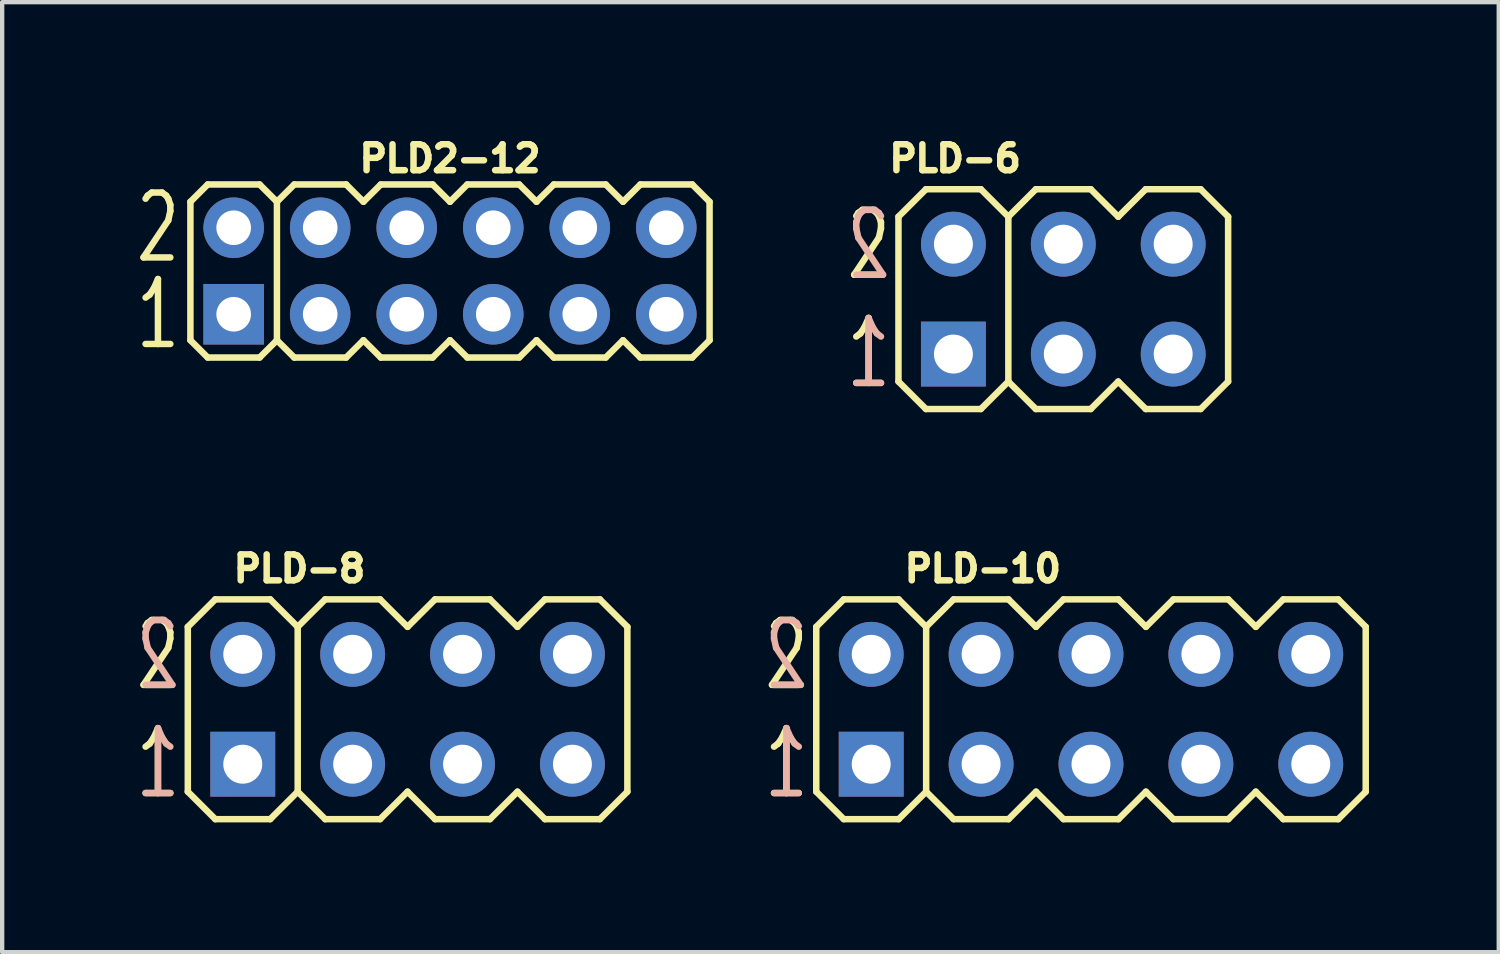
<source format=kicad_pcb>
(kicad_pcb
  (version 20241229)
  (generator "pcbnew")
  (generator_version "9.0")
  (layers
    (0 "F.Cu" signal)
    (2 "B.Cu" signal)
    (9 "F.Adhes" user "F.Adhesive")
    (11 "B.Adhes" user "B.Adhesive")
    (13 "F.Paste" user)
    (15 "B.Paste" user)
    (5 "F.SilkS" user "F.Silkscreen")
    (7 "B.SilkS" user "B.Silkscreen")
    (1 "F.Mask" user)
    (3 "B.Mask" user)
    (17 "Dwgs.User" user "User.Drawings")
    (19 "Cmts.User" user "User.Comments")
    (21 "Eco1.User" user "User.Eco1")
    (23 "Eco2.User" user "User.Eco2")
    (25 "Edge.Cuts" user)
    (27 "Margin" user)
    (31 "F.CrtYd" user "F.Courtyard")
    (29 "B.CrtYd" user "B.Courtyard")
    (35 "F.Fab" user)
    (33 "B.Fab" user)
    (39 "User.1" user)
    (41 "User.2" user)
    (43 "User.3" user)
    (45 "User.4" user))
  (footprint "PLD-6"
    (layer "F.Cu")
    (at 21.527 3.864)
    (property "Reference" "PLD-6" (at -2.5 -3.25 0) (layer "F.SilkS") (effects (font (size 0.6 0.6) (thickness 0.15))))
    (attr through_hole)
    (fp_line (start -3.81 -1.905) (end -3.175 -2.54) (stroke (width 0.15) (type solid)) (layer "F.SilkS"))
    (fp_line (start -3.81 1.905) (end -3.81 -1.905) (stroke (width 0.15) (type solid)) (layer "F.SilkS"))
    (fp_line (start -3.175 -2.54) (end -1.905 -2.54) (stroke (width 0.15) (type solid)) (layer "F.SilkS"))
    (fp_line (start -3.175 2.54) (end -3.81 1.905) (stroke (width 0.15) (type solid)) (layer "F.SilkS"))
    (fp_line (start -1.905 -2.54) (end -1.27 -1.905) (stroke (width 0.15) (type solid)) (layer "F.SilkS"))
    (fp_line (start -1.905 2.54) (end -3.175 2.54) (stroke (width 0.15) (type solid)) (layer "F.SilkS"))
    (fp_line (start -1.27 -1.905) (end -1.27 1.905) (stroke (width 0.15) (type solid)) (layer "F.SilkS"))
    (fp_line (start -1.27 -1.905) (end -0.635 -2.54) (stroke (width 0.15) (type solid)) (layer "F.SilkS"))
    (fp_line (start -1.27 1.905) (end -1.905 2.54) (stroke (width 0.15) (type solid)) (layer "F.SilkS"))
    (fp_line (start -0.635 -2.54) (end 0.635 -2.54) (stroke (width 0.15) (type solid)) (layer "F.SilkS"))
    (fp_line (start -0.635 2.54) (end -1.27 1.905) (stroke (width 0.15) (type solid)) (layer "F.SilkS"))
    (fp_line (start 0.635 -2.54) (end 1.27 -1.905) (stroke (width 0.15) (type solid)) (layer "F.SilkS"))
    (fp_line (start 0.635 2.54) (end -0.635 2.54) (stroke (width 0.15) (type solid)) (layer "F.SilkS"))
    (fp_line (start 1.27 -1.905) (end 1.905 -2.54) (stroke (width 0.15) (type solid)) (layer "F.SilkS"))
    (fp_line (start 1.27 1.905) (end 0.635 2.54) (stroke (width 0.15) (type solid)) (layer "F.SilkS"))
    (fp_line (start 1.905 -2.54) (end 3.175 -2.54) (stroke (width 0.15) (type solid)) (layer "F.SilkS"))
    (fp_line (start 1.905 2.54) (end 1.27 1.905) (stroke (width 0.15) (type solid)) (layer "F.SilkS"))
    (fp_line (start 3.175 -2.54) (end 3.81 -1.905) (stroke (width 0.15) (type solid)) (layer "F.SilkS"))
    (fp_line (start 3.175 2.54) (end 1.905 2.54) (stroke (width 0.15) (type solid)) (layer "F.SilkS"))
    (fp_line (start 3.81 -1.905) (end 3.81 1.905) (stroke (width 0.15) (type solid)) (layer "F.SilkS"))
    (fp_line (start 3.81 1.905) (end 3.175 2.54) (stroke (width 0.15) (type solid)) (layer "F.SilkS"))
    (fp_text user "2" (at -4.5 -1.25 0) (layer "F.SilkS") (effects (font (size 1.5 1) (thickness 0.15))))
    (fp_text user "1" (at -4.5 1.25 0) (layer "F.SilkS") (effects (font (size 1.5 1) (thickness 0.15))))
    (fp_text user "2" (at -4.5 -1.25 0) (layer "B.SilkS") (effects (font (size 1.5 1) (thickness 0.15)) (justify mirror)))
    (fp_text user "1" (at -4.5 1.25 180) (layer "B.SilkS") (effects (font (size 1.5 1) (thickness 0.15)) (justify mirror)))
    (pad "1" thru_hole rect (at -2.54 1.27) (size 1.5 1.5) (drill 0.9) (layers "*.Cu" "*.Mask"))
    (pad "2" thru_hole circle (at -2.54 -1.27) (size 1.5 1.5) (drill 0.9) (layers "*.Cu" "*.Mask"))
    (pad "3" thru_hole circle (at 0 1.27) (size 1.5 1.5) (drill 0.9) (layers "*.Cu" "*.Mask"))
    (pad "4" thru_hole circle (at 0 -1.27) (size 1.5 1.5) (drill 0.9) (layers "*.Cu" "*.Mask"))
    (pad "5" thru_hole circle (at 2.54 1.27) (size 1.5 1.5) (drill 0.9) (layers "*.Cu" "*.Mask"))
    (pad "6" thru_hole circle (at 2.54 -1.27) (size 1.5 1.5) (drill 0.9) (layers "*.Cu" "*.Mask")))
  (footprint "PLD-8"
    (layer "F.Cu")
    (at 6.371 13.344)
    (property "Reference" "PLD-8" (at -2.5 -3.25 0) (layer "F.SilkS") (effects (font (size 0.6 0.6) (thickness 0.15))))
    (attr through_hole)
    (fp_line (start -5.08 -1.905) (end -4.445 -2.54) (stroke (width 0.15) (type solid)) (layer "F.SilkS"))
    (fp_line (start -5.08 1.905) (end -5.08 -1.905) (stroke (width 0.15) (type solid)) (layer "F.SilkS"))
    (fp_line (start -4.445 -2.54) (end -3.175 -2.54) (stroke (width 0.15) (type solid)) (layer "F.SilkS"))
    (fp_line (start -4.445 2.54) (end -5.08 1.905) (stroke (width 0.15) (type solid)) (layer "F.SilkS"))
    (fp_line (start -3.175 -2.54) (end -2.54 -1.905) (stroke (width 0.15) (type solid)) (layer "F.SilkS"))
    (fp_line (start -3.175 2.54) (end -4.445 2.54) (stroke (width 0.15) (type solid)) (layer "F.SilkS"))
    (fp_line (start -2.54 -1.905) (end -2.54 1.905) (stroke (width 0.15) (type solid)) (layer "F.SilkS"))
    (fp_line (start -2.54 -1.905) (end -1.905 -2.54) (stroke (width 0.15) (type solid)) (layer "F.SilkS"))
    (fp_line (start -2.54 1.905) (end -3.175 2.54) (stroke (width 0.15) (type solid)) (layer "F.SilkS"))
    (fp_line (start -1.905 -2.54) (end -0.635 -2.54) (stroke (width 0.15) (type solid)) (layer "F.SilkS"))
    (fp_line (start -1.905 2.54) (end -2.54 1.905) (stroke (width 0.15) (type solid)) (layer "F.SilkS"))
    (fp_line (start -0.635 -2.54) (end 0 -1.905) (stroke (width 0.15) (type solid)) (layer "F.SilkS"))
    (fp_line (start -0.635 2.54) (end -1.905 2.54) (stroke (width 0.15) (type solid)) (layer "F.SilkS"))
    (fp_line (start 0 -1.905) (end 0.635 -2.54) (stroke (width 0.15) (type solid)) (layer "F.SilkS"))
    (fp_line (start 0 1.905) (end -0.635 2.54) (stroke (width 0.15) (type solid)) (layer "F.SilkS"))
    (fp_line (start 0.635 -2.54) (end 1.905 -2.54) (stroke (width 0.15) (type solid)) (layer "F.SilkS"))
    (fp_line (start 0.635 2.54) (end 0 1.905) (stroke (width 0.15) (type solid)) (layer "F.SilkS"))
    (fp_line (start 1.905 -2.54) (end 2.54 -1.905) (stroke (width 0.15) (type solid)) (layer "F.SilkS"))
    (fp_line (start 1.905 2.54) (end 0.635 2.54) (stroke (width 0.15) (type solid)) (layer "F.SilkS"))
    (fp_line (start 2.54 -1.905) (end 3.175 -2.54) (stroke (width 0.15) (type solid)) (layer "F.SilkS"))
    (fp_line (start 2.54 1.905) (end 1.905 2.54) (stroke (width 0.15) (type solid)) (layer "F.SilkS"))
    (fp_line (start 3.175 -2.54) (end 4.445 -2.54) (stroke (width 0.15) (type solid)) (layer "F.SilkS"))
    (fp_line (start 3.175 2.54) (end 2.54 1.905) (stroke (width 0.15) (type solid)) (layer "F.SilkS"))
    (fp_line (start 4.445 -2.54) (end 5.08 -1.905) (stroke (width 0.15) (type solid)) (layer "F.SilkS"))
    (fp_line (start 4.445 2.54) (end 3.175 2.54) (stroke (width 0.15) (type solid)) (layer "F.SilkS"))
    (fp_line (start 5.08 -1.905) (end 5.08 1.905) (stroke (width 0.15) (type solid)) (layer "F.SilkS"))
    (fp_line (start 5.08 1.905) (end 4.445 2.54) (stroke (width 0.15) (type solid)) (layer "F.SilkS"))
    (fp_text user "1" (at -5.77 1.25 0) (layer "F.SilkS") (effects (font (size 1.5 1) (thickness 0.15))))
    (fp_text user "2" (at -5.77 -1.25 0) (layer "F.SilkS") (effects (font (size 1.5 1) (thickness 0.15))))
    (fp_text user "1" (at -5.77 1.25 180) (layer "B.SilkS") (effects (font (size 1.5 1) (thickness 0.15)) (justify mirror)))
    (fp_text user "2" (at -5.77 -1.25 0) (layer "B.SilkS") (effects (font (size 1.5 1) (thickness 0.15)) (justify mirror)))
    (pad "1" thru_hole rect (at -3.81 1.27) (size 1.5 1.5) (drill 0.9) (layers "*.Cu" "*.Mask"))
    (pad "2" thru_hole circle (at -3.81 -1.27) (size 1.5 1.5) (drill 0.9) (layers "*.Cu" "*.Mask"))
    (pad "3" thru_hole circle (at -1.27 1.27) (size 1.5 1.5) (drill 0.9) (layers "*.Cu" "*.Mask"))
    (pad "4" thru_hole circle (at -1.27 -1.27) (size 1.5 1.5) (drill 0.9) (layers "*.Cu" "*.Mask"))
    (pad "5" thru_hole circle (at 1.27 1.27) (size 1.5 1.5) (drill 0.9) (layers "*.Cu" "*.Mask"))
    (pad "6" thru_hole circle (at 1.27 -1.27) (size 1.5 1.5) (drill 0.9) (layers "*.Cu" "*.Mask"))
    (pad "7" thru_hole circle (at 3.81 1.27) (size 1.5 1.5) (drill 0.9) (layers "*.Cu" "*.Mask"))
    (pad "8" thru_hole circle (at 3.81 -1.27) (size 1.5 1.5) (drill 0.9) (layers "*.Cu" "*.Mask")))
  (footprint "PLD2-12"
    (layer "F.Cu")
    (at 7.351 3.214)
    (property "Reference" "PLD2-12" (at 0 -2.6 0) (layer "F.SilkS") (effects (font (size 0.6 0.6) (thickness 0.15))))
    (attr through_hole)
    (fp_line (start -6 -1.6) (end -6 1.6) (stroke (width 0.15) (type solid)) (layer "F.SilkS"))
    (fp_line (start -6 1.6) (end -5.6 2) (stroke (width 0.15) (type solid)) (layer "F.SilkS"))
    (fp_line (start -5.6 -2) (end -6 -1.6) (stroke (width 0.15) (type solid)) (layer "F.SilkS"))
    (fp_line (start -4.4 -2) (end -5.6 -2) (stroke (width 0.15) (type solid)) (layer "F.SilkS"))
    (fp_line (start -4.4 2) (end -5.6 2) (stroke (width 0.15) (type solid)) (layer "F.SilkS"))
    (fp_line (start -4 -1.6) (end -4.4 -2) (stroke (width 0.15) (type solid)) (layer "F.SilkS"))
    (fp_line (start -4 -1.6) (end -4 1.6) (stroke (width 0.15) (type solid)) (layer "F.SilkS"))
    (fp_line (start -4 1.6) (end -4.4 2) (stroke (width 0.15) (type solid)) (layer "F.SilkS"))
    (fp_line (start -4 1.6) (end -3.6 2) (stroke (width 0.15) (type solid)) (layer "F.SilkS"))
    (fp_line (start -3.6 -2) (end -4 -1.6) (stroke (width 0.15) (type solid)) (layer "F.SilkS"))
    (fp_line (start -3.6 2) (end -2.4 2) (stroke (width 0.15) (type solid)) (layer "F.SilkS"))
    (fp_line (start -2.4 -2) (end -3.6 -2) (stroke (width 0.15) (type solid)) (layer "F.SilkS"))
    (fp_line (start -2.4 2) (end -2 1.6) (stroke (width 0.15) (type solid)) (layer "F.SilkS"))
    (fp_line (start -2 -1.6) (end -2.4 -2) (stroke (width 0.15) (type solid)) (layer "F.SilkS"))
    (fp_line (start -2 1.6) (end -1.6 2) (stroke (width 0.15) (type solid)) (layer "F.SilkS"))
    (fp_line (start -1.6 -2) (end -2 -1.6) (stroke (width 0.15) (type solid)) (layer "F.SilkS"))
    (fp_line (start -1.6 2) (end -0.4 2) (stroke (width 0.15) (type solid)) (layer "F.SilkS"))
    (fp_line (start -0.4 -2) (end -1.6 -2) (stroke (width 0.15) (type solid)) (layer "F.SilkS"))
    (fp_line (start -0.4 2) (end 0 1.6) (stroke (width 0.15) (type solid)) (layer "F.SilkS"))
    (fp_line (start 0 -1.6) (end -0.4 -2) (stroke (width 0.15) (type solid)) (layer "F.SilkS"))
    (fp_line (start 0 -1.6) (end 0.4 -2) (stroke (width 0.15) (type solid)) (layer "F.SilkS"))
    (fp_line (start 0 1.6) (end 0.4 2) (stroke (width 0.15) (type solid)) (layer "F.SilkS"))
    (fp_line (start 0.4 -2) (end 1.6 -2) (stroke (width 0.15) (type solid)) (layer "F.SilkS"))
    (fp_line (start 0.4 2) (end 1.6 2) (stroke (width 0.15) (type solid)) (layer "F.SilkS"))
    (fp_line (start 1.6 -2) (end 2 -1.6) (stroke (width 0.15) (type solid)) (layer "F.SilkS"))
    (fp_line (start 1.6 2) (end 2 1.6) (stroke (width 0.15) (type solid)) (layer "F.SilkS"))
    (fp_line (start 2 -1.6) (end 2.4 -2) (stroke (width 0.15) (type solid)) (layer "F.SilkS"))
    (fp_line (start 2 1.6) (end 2.4 2) (stroke (width 0.15) (type solid)) (layer "F.SilkS"))
    (fp_line (start 2.4 -2) (end 3.6 -2) (stroke (width 0.15) (type solid)) (layer "F.SilkS"))
    (fp_line (start 2.4 2) (end 3.6 2) (stroke (width 0.15) (type solid)) (layer "F.SilkS"))
    (fp_line (start 3.6 -2) (end 4 -1.6) (stroke (width 0.15) (type solid)) (layer "F.SilkS"))
    (fp_line (start 3.6 2) (end 4 1.6) (stroke (width 0.15) (type solid)) (layer "F.SilkS"))
    (fp_line (start 4 -1.6) (end 4.4 -2) (stroke (width 0.15) (type solid)) (layer "F.SilkS"))
    (fp_line (start 4 1.6) (end 4.4 2) (stroke (width 0.15) (type solid)) (layer "F.SilkS"))
    (fp_line (start 4.4 -2) (end 5.6 -2) (stroke (width 0.15) (type solid)) (layer "F.SilkS"))
    (fp_line (start 4.4 2) (end 5.6 2) (stroke (width 0.15) (type solid)) (layer "F.SilkS"))
    (fp_line (start 5.6 -2) (end 6 -1.6) (stroke (width 0.15) (type solid)) (layer "F.SilkS"))
    (fp_line (start 5.6 2) (end 6 1.6) (stroke (width 0.15) (type solid)) (layer "F.SilkS"))
    (fp_line (start 6 1.6) (end 6 -1.6) (stroke (width 0.15) (type solid)) (layer "F.SilkS"))
    (fp_text user "1" (at -6.75 1 0) (layer "F.SilkS") (effects (font (size 1.5 1) (thickness 0.15))))
    (fp_text user "2" (at -6.75 -1 0) (layer "F.SilkS") (effects (font (size 1.5 1) (thickness 0.15))))
    (pad "1" thru_hole rect (at -5 1) (size 1.4 1.4) (drill 0.8) (layers "*.Cu" "*.Mask"))
    (pad "2" thru_hole circle (at -5 -1) (size 1.4 1.4) (drill 0.8) (layers "*.Cu" "*.Mask"))
    (pad "3" thru_hole circle (at -3 1) (size 1.4 1.4) (drill 0.8) (layers "*.Cu" "*.Mask"))
    (pad "4" thru_hole circle (at -3 -1) (size 1.4 1.4) (drill 0.8) (layers "*.Cu" "*.Mask"))
    (pad "5" thru_hole circle (at -1 1) (size 1.4 1.4) (drill 0.8) (layers "*.Cu" "*.Mask"))
    (pad "6" thru_hole circle (at -1 -1) (size 1.4 1.4) (drill 0.8) (layers "*.Cu" "*.Mask"))
    (pad "7" thru_hole circle (at 1 1) (size 1.4 1.4) (drill 0.8) (layers "*.Cu" "*.Mask"))
    (pad "8" thru_hole circle (at 1 -1) (size 1.4 1.4) (drill 0.8) (layers "*.Cu" "*.Mask"))
    (pad "9" thru_hole circle (at 3 1) (size 1.4 1.4) (drill 0.8) (layers "*.Cu" "*.Mask"))
    (pad "10" thru_hole circle (at 3 -1) (size 1.4 1.4) (drill 0.8) (layers "*.Cu" "*.Mask"))
    (pad "11" thru_hole circle (at 5 1) (size 1.4 1.4) (drill 0.8) (layers "*.Cu" "*.Mask"))
    (pad "12" thru_hole circle (at 5 -1) (size 1.4 1.4) (drill 0.8) (layers "*.Cu" "*.Mask")))
  (footprint "PLD-10"
    (layer "F.Cu")
    (at 22.167 13.344)
    (property "Reference" "PLD-10" (at -2.5 -3.25 0) (layer "F.SilkS") (effects (font (size 0.6 0.6) (thickness 0.15))))
    (attr through_hole)
    (fp_line (start -6.35 -1.905) (end -5.715 -2.54) (stroke (width 0.15) (type solid)) (layer "F.SilkS"))
    (fp_line (start -6.35 1.905) (end -6.35 -1.905) (stroke (width 0.15) (type solid)) (layer "F.SilkS"))
    (fp_line (start -5.715 -2.54) (end -4.445 -2.54) (stroke (width 0.15) (type solid)) (layer "F.SilkS"))
    (fp_line (start -5.715 2.54) (end -6.35 1.905) (stroke (width 0.15) (type solid)) (layer "F.SilkS"))
    (fp_line (start -4.445 -2.54) (end -3.81 -1.905) (stroke (width 0.15) (type solid)) (layer "F.SilkS"))
    (fp_line (start -4.445 2.54) (end -5.715 2.54) (stroke (width 0.15) (type solid)) (layer "F.SilkS"))
    (fp_line (start -3.81 -1.905) (end -3.81 1.905) (stroke (width 0.15) (type solid)) (layer "F.SilkS"))
    (fp_line (start -3.81 -1.905) (end -3.175 -2.54) (stroke (width 0.15) (type solid)) (layer "F.SilkS"))
    (fp_line (start -3.81 1.905) (end -4.445 2.54) (stroke (width 0.15) (type solid)) (layer "F.SilkS"))
    (fp_line (start -3.175 -2.54) (end -1.905 -2.54) (stroke (width 0.15) (type solid)) (layer "F.SilkS"))
    (fp_line (start -3.175 2.54) (end -3.81 1.905) (stroke (width 0.15) (type solid)) (layer "F.SilkS"))
    (fp_line (start -1.905 -2.54) (end -1.27 -1.905) (stroke (width 0.15) (type solid)) (layer "F.SilkS"))
    (fp_line (start -1.905 2.54) (end -3.175 2.54) (stroke (width 0.15) (type solid)) (layer "F.SilkS"))
    (fp_line (start -1.27 -1.905) (end -0.635 -2.54) (stroke (width 0.15) (type solid)) (layer "F.SilkS"))
    (fp_line (start -1.27 1.905) (end -1.905 2.54) (stroke (width 0.15) (type solid)) (layer "F.SilkS"))
    (fp_line (start -0.635 -2.54) (end 0.635 -2.54) (stroke (width 0.15) (type solid)) (layer "F.SilkS"))
    (fp_line (start -0.635 2.54) (end -1.27 1.905) (stroke (width 0.15) (type solid)) (layer "F.SilkS"))
    (fp_line (start 0.635 -2.54) (end 1.27 -1.905) (stroke (width 0.15) (type solid)) (layer "F.SilkS"))
    (fp_line (start 0.635 2.54) (end -0.635 2.54) (stroke (width 0.15) (type solid)) (layer "F.SilkS"))
    (fp_line (start 1.27 -1.905) (end 1.905 -2.54) (stroke (width 0.15) (type solid)) (layer "F.SilkS"))
    (fp_line (start 1.27 1.905) (end 0.635 2.54) (stroke (width 0.15) (type solid)) (layer "F.SilkS"))
    (fp_line (start 1.905 -2.54) (end 3.175 -2.54) (stroke (width 0.15) (type solid)) (layer "F.SilkS"))
    (fp_line (start 1.905 2.54) (end 1.27 1.905) (stroke (width 0.15) (type solid)) (layer "F.SilkS"))
    (fp_line (start 3.175 -2.54) (end 3.81 -1.905) (stroke (width 0.15) (type solid)) (layer "F.SilkS"))
    (fp_line (start 3.175 2.54) (end 1.905 2.54) (stroke (width 0.15) (type solid)) (layer "F.SilkS"))
    (fp_line (start 3.81 -1.905) (end 4.445 -2.54) (stroke (width 0.15) (type solid)) (layer "F.SilkS"))
    (fp_line (start 3.81 1.905) (end 3.175 2.54) (stroke (width 0.15) (type solid)) (layer "F.SilkS"))
    (fp_line (start 4.445 -2.54) (end 5.715 -2.54) (stroke (width 0.15) (type solid)) (layer "F.SilkS"))
    (fp_line (start 4.445 2.54) (end 3.81 1.905) (stroke (width 0.15) (type solid)) (layer "F.SilkS"))
    (fp_line (start 5.715 -2.54) (end 6.35 -1.905) (stroke (width 0.15) (type solid)) (layer "F.SilkS"))
    (fp_line (start 5.715 2.54) (end 4.445 2.54) (stroke (width 0.15) (type solid)) (layer "F.SilkS"))
    (fp_line (start 6.35 -1.905) (end 6.35 1.905) (stroke (width 0.15) (type solid)) (layer "F.SilkS"))
    (fp_line (start 6.35 1.905) (end 5.715 2.54) (stroke (width 0.15) (type solid)) (layer "F.SilkS"))
    (fp_text user "2" (at -7.04 -1.25 0) (layer "F.SilkS") (effects (font (size 1.5 1) (thickness 0.15))))
    (fp_text user "1" (at -7.04 1.25 0) (layer "F.SilkS") (effects (font (size 1.5 1) (thickness 0.15))))
    (fp_text user "1" (at -7.04 1.25 180) (layer "B.SilkS") (effects (font (size 1.5 1) (thickness 0.15)) (justify mirror)))
    (fp_text user "2" (at -7.04 -1.25 0) (layer "B.SilkS") (effects (font (size 1.5 1) (thickness 0.15)) (justify mirror)))
    (pad "1" thru_hole rect (at -5.08 1.27) (size 1.5 1.5) (drill 0.9) (layers "*.Cu" "*.Mask"))
    (pad "2" thru_hole circle (at -5.08 -1.27) (size 1.5 1.5) (drill 0.9) (layers "*.Cu" "*.Mask"))
    (pad "3" thru_hole circle (at -2.54 1.27) (size 1.5 1.5) (drill 0.9) (layers "*.Cu" "*.Mask"))
    (pad "4" thru_hole circle (at -2.54 -1.27) (size 1.5 1.5) (drill 0.9) (layers "*.Cu" "*.Mask"))
    (pad "5" thru_hole circle (at 0 1.27) (size 1.5 1.5) (drill 0.9) (layers "*.Cu" "*.Mask"))
    (pad "6" thru_hole circle (at 0 -1.27) (size 1.5 1.5) (drill 0.9) (layers "*.Cu" "*.Mask"))
    (pad "7" thru_hole circle (at 2.54 1.27) (size 1.5 1.5) (drill 0.9) (layers "*.Cu" "*.Mask"))
    (pad "8" thru_hole circle (at 2.54 -1.27) (size 1.5 1.5) (drill 0.9) (layers "*.Cu" "*.Mask"))
    (pad "9" thru_hole circle (at 5.08 1.27) (size 1.5 1.5) (drill 0.9) (layers "*.Cu" "*.Mask"))
    (pad "10" thru_hole circle (at 5.08 -1.27) (size 1.5 1.5) (drill 0.9) (layers "*.Cu" "*.Mask")))
  (gr_rect
    (start -3 -3)
    (end 31.592 18.959)
    (stroke (width 0.1) (type default))
    (fill no)
    (layer "Edge.Cuts")))
</source>
